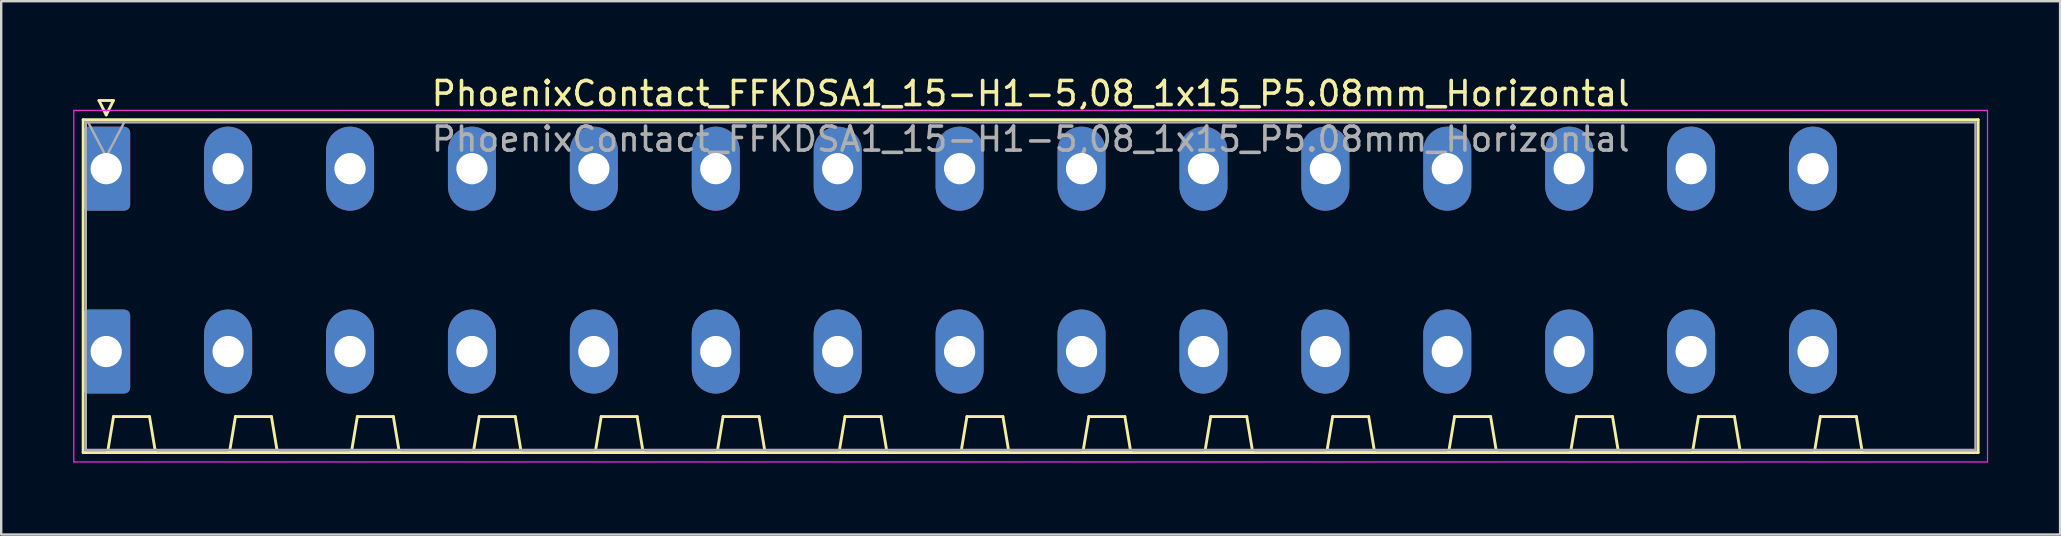
<source format=kicad_pcb>
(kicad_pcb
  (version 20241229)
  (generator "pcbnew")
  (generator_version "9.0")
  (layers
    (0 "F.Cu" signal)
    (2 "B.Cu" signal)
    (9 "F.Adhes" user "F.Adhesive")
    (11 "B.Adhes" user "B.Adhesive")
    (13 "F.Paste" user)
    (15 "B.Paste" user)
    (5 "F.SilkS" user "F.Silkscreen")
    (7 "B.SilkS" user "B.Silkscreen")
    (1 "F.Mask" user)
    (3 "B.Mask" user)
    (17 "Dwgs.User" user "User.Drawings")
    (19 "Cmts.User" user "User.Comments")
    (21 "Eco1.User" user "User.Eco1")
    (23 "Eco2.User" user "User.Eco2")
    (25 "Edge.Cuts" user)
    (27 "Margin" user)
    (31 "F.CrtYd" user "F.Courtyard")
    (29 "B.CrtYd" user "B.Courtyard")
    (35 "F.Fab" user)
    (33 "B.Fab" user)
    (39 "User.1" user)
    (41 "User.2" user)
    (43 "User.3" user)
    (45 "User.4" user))
  (footprint "PhoenixContact_FFKDSA1_15-H1-5,08_1x15_P5.08mm_Horizontal"
    (layer "F.Cu")
    (at 1.375 3.978)
    (property "Reference" "PhoenixContact_FFKDSA1_15-H1-5,08_1x15_P5.08mm_Horizontal" (at 38.52 -3.13 0) (layer "F.SilkS") (effects (font (size 1 1) (thickness 0.15))))
    (attr through_hole)
    (fp_line (start -0.96 -2.04) (end -0.96 11.83) (stroke (width 0.12) (type solid)) (layer "F.SilkS"))
    (fp_line (start -0.96 11.83) (end 78 11.83) (stroke (width 0.12) (type solid)) (layer "F.SilkS"))
    (fp_line (start -0.3 -2.84) (end 0.3 -2.84) (stroke (width 0.12) (type solid)) (layer "F.SilkS"))
    (fp_line (start 0 -2.24) (end -0.3 -2.84) (stroke (width 0.12) (type solid)) (layer "F.SilkS"))
    (fp_line (start 0.055 11.83) (end 2.055 11.83) (stroke (width 0.12) (type solid)) (layer "F.SilkS"))
    (fp_line (start 0.3 -2.84) (end 0 -2.24) (stroke (width 0.12) (type solid)) (layer "F.SilkS"))
    (fp_line (start 0.305 10.33) (end 0.055 11.83) (stroke (width 0.12) (type solid)) (layer "F.SilkS"))
    (fp_line (start 1.805 10.33) (end 0.305 10.33) (stroke (width 0.12) (type solid)) (layer "F.SilkS"))
    (fp_line (start 2.055 11.83) (end 1.805 10.33) (stroke (width 0.12) (type solid)) (layer "F.SilkS"))
    (fp_line (start 5.135 11.83) (end 7.135 11.83) (stroke (width 0.12) (type solid)) (layer "F.SilkS"))
    (fp_line (start 5.385 10.33) (end 5.135 11.83) (stroke (width 0.12) (type solid)) (layer "F.SilkS"))
    (fp_line (start 6.885 10.33) (end 5.385 10.33) (stroke (width 0.12) (type solid)) (layer "F.SilkS"))
    (fp_line (start 7.135 11.83) (end 6.885 10.33) (stroke (width 0.12) (type solid)) (layer "F.SilkS"))
    (fp_line (start 10.215 11.83) (end 12.215 11.83) (stroke (width 0.12) (type solid)) (layer "F.SilkS"))
    (fp_line (start 10.465 10.33) (end 10.215 11.83) (stroke (width 0.12) (type solid)) (layer "F.SilkS"))
    (fp_line (start 11.965 10.33) (end 10.465 10.33) (stroke (width 0.12) (type solid)) (layer "F.SilkS"))
    (fp_line (start 12.215 11.83) (end 11.965 10.33) (stroke (width 0.12) (type solid)) (layer "F.SilkS"))
    (fp_line (start 15.295 11.83) (end 17.295 11.83) (stroke (width 0.12) (type solid)) (layer "F.SilkS"))
    (fp_line (start 15.545 10.33) (end 15.295 11.83) (stroke (width 0.12) (type solid)) (layer "F.SilkS"))
    (fp_line (start 17.045 10.33) (end 15.545 10.33) (stroke (width 0.12) (type solid)) (layer "F.SilkS"))
    (fp_line (start 17.295 11.83) (end 17.045 10.33) (stroke (width 0.12) (type solid)) (layer "F.SilkS"))
    (fp_line (start 20.375 11.83) (end 22.375 11.83) (stroke (width 0.12) (type solid)) (layer "F.SilkS"))
    (fp_line (start 20.625 10.33) (end 20.375 11.83) (stroke (width 0.12) (type solid)) (layer "F.SilkS"))
    (fp_line (start 22.125 10.33) (end 20.625 10.33) (stroke (width 0.12) (type solid)) (layer "F.SilkS"))
    (fp_line (start 22.375 11.83) (end 22.125 10.33) (stroke (width 0.12) (type solid)) (layer "F.SilkS"))
    (fp_line (start 25.455 11.83) (end 27.455 11.83) (stroke (width 0.12) (type solid)) (layer "F.SilkS"))
    (fp_line (start 25.705 10.33) (end 25.455 11.83) (stroke (width 0.12) (type solid)) (layer "F.SilkS"))
    (fp_line (start 27.205 10.33) (end 25.705 10.33) (stroke (width 0.12) (type solid)) (layer "F.SilkS"))
    (fp_line (start 27.455 11.83) (end 27.205 10.33) (stroke (width 0.12) (type solid)) (layer "F.SilkS"))
    (fp_line (start 30.535 11.83) (end 32.535 11.83) (stroke (width 0.12) (type solid)) (layer "F.SilkS"))
    (fp_line (start 30.785 10.33) (end 30.535 11.83) (stroke (width 0.12) (type solid)) (layer "F.SilkS"))
    (fp_line (start 32.285 10.33) (end 30.785 10.33) (stroke (width 0.12) (type solid)) (layer "F.SilkS"))
    (fp_line (start 32.535 11.83) (end 32.285 10.33) (stroke (width 0.12) (type solid)) (layer "F.SilkS"))
    (fp_line (start 35.615 11.83) (end 37.615 11.83) (stroke (width 0.12) (type solid)) (layer "F.SilkS"))
    (fp_line (start 35.865 10.33) (end 35.615 11.83) (stroke (width 0.12) (type solid)) (layer "F.SilkS"))
    (fp_line (start 37.365 10.33) (end 35.865 10.33) (stroke (width 0.12) (type solid)) (layer "F.SilkS"))
    (fp_line (start 37.615 11.83) (end 37.365 10.33) (stroke (width 0.12) (type solid)) (layer "F.SilkS"))
    (fp_line (start 40.695 11.83) (end 42.695 11.83) (stroke (width 0.12) (type solid)) (layer "F.SilkS"))
    (fp_line (start 40.945 10.33) (end 40.695 11.83) (stroke (width 0.12) (type solid)) (layer "F.SilkS"))
    (fp_line (start 42.445 10.33) (end 40.945 10.33) (stroke (width 0.12) (type solid)) (layer "F.SilkS"))
    (fp_line (start 42.695 11.83) (end 42.445 10.33) (stroke (width 0.12) (type solid)) (layer "F.SilkS"))
    (fp_line (start 45.775 11.83) (end 47.775 11.83) (stroke (width 0.12) (type solid)) (layer "F.SilkS"))
    (fp_line (start 46.025 10.33) (end 45.775 11.83) (stroke (width 0.12) (type solid)) (layer "F.SilkS"))
    (fp_line (start 47.525 10.33) (end 46.025 10.33) (stroke (width 0.12) (type solid)) (layer "F.SilkS"))
    (fp_line (start 47.775 11.83) (end 47.525 10.33) (stroke (width 0.12) (type solid)) (layer "F.SilkS"))
    (fp_line (start 50.855 11.83) (end 52.855 11.83) (stroke (width 0.12) (type solid)) (layer "F.SilkS"))
    (fp_line (start 51.105 10.33) (end 50.855 11.83) (stroke (width 0.12) (type solid)) (layer "F.SilkS"))
    (fp_line (start 52.605 10.33) (end 51.105 10.33) (stroke (width 0.12) (type solid)) (layer "F.SilkS"))
    (fp_line (start 52.855 11.83) (end 52.605 10.33) (stroke (width 0.12) (type solid)) (layer "F.SilkS"))
    (fp_line (start 55.935 11.83) (end 57.935 11.83) (stroke (width 0.12) (type solid)) (layer "F.SilkS"))
    (fp_line (start 56.185 10.33) (end 55.935 11.83) (stroke (width 0.12) (type solid)) (layer "F.SilkS"))
    (fp_line (start 57.685 10.33) (end 56.185 10.33) (stroke (width 0.12) (type solid)) (layer "F.SilkS"))
    (fp_line (start 57.935 11.83) (end 57.685 10.33) (stroke (width 0.12) (type solid)) (layer "F.SilkS"))
    (fp_line (start 61.015 11.83) (end 63.015 11.83) (stroke (width 0.12) (type solid)) (layer "F.SilkS"))
    (fp_line (start 61.265 10.33) (end 61.015 11.83) (stroke (width 0.12) (type solid)) (layer "F.SilkS"))
    (fp_line (start 62.765 10.33) (end 61.265 10.33) (stroke (width 0.12) (type solid)) (layer "F.SilkS"))
    (fp_line (start 63.015 11.83) (end 62.765 10.33) (stroke (width 0.12) (type solid)) (layer "F.SilkS"))
    (fp_line (start 66.095 11.83) (end 68.095 11.83) (stroke (width 0.12) (type solid)) (layer "F.SilkS"))
    (fp_line (start 66.345 10.33) (end 66.095 11.83) (stroke (width 0.12) (type solid)) (layer "F.SilkS"))
    (fp_line (start 67.845 10.33) (end 66.345 10.33) (stroke (width 0.12) (type solid)) (layer "F.SilkS"))
    (fp_line (start 68.095 11.83) (end 67.845 10.33) (stroke (width 0.12) (type solid)) (layer "F.SilkS"))
    (fp_line (start 71.175 11.83) (end 73.175 11.83) (stroke (width 0.12) (type solid)) (layer "F.SilkS"))
    (fp_line (start 71.425 10.33) (end 71.175 11.83) (stroke (width 0.12) (type solid)) (layer "F.SilkS"))
    (fp_line (start 72.925 10.33) (end 71.425 10.33) (stroke (width 0.12) (type solid)) (layer "F.SilkS"))
    (fp_line (start 73.175 11.83) (end 72.925 10.33) (stroke (width 0.12) (type solid)) (layer "F.SilkS"))
    (fp_line (start 78 -2.04) (end -0.96 -2.04) (stroke (width 0.12) (type solid)) (layer "F.SilkS"))
    (fp_line (start 78 11.83) (end 78 -2.04) (stroke (width 0.12) (type solid)) (layer "F.SilkS"))
    (fp_line (start -1.35 -2.43) (end -1.35 12.22) (stroke (width 0.05) (type solid)) (layer "F.CrtYd"))
    (fp_line (start -1.35 12.22) (end 78.39 12.22) (stroke (width 0.05) (type solid)) (layer "F.CrtYd"))
    (fp_line (start 78.39 -2.43) (end -1.35 -2.43) (stroke (width 0.05) (type solid)) (layer "F.CrtYd"))
    (fp_line (start 78.39 12.22) (end 78.39 -2.43) (stroke (width 0.05) (type solid)) (layer "F.CrtYd"))
    (fp_line (start -0.85 -1.93) (end -0.85 11.72) (stroke (width 0.1) (type solid)) (layer "F.Fab"))
    (fp_line (start -0.85 11.72) (end 77.89 11.72) (stroke (width 0.1) (type solid)) (layer "F.Fab"))
    (fp_line (start 0 -0.5) (end -0.75 -1.93) (stroke (width 0.1) (type solid)) (layer "F.Fab"))
    (fp_line (start 0.75 -1.93) (end 0 -0.5) (stroke (width 0.1) (type solid)) (layer "F.Fab"))
    (fp_line (start 77.89 -1.93) (end -0.85 -1.93) (stroke (width 0.1) (type solid)) (layer "F.Fab"))
    (fp_line (start 77.89 11.72) (end 77.89 -1.93) (stroke (width 0.1) (type solid)) (layer "F.Fab"))
    (fp_text user "${REFERENCE}" (at 38.52 -1.23 0) (layer "F.Fab") (effects (font (size 1 1) (thickness 0.15))))
    (pad "1" thru_hole roundrect (at 0 0) (size 2 3.5) (drill 1.3) (layers "*.Cu" "*.Mask") (roundrect_rratio 0.125))
    (pad "1" thru_hole roundrect (at 0 7.62) (size 2 3.5) (drill 1.3) (layers "*.Cu" "*.Mask") (roundrect_rratio 0.125))
    (pad "2" thru_hole oval (at 5.08 0) (size 2 3.5) (drill 1.3) (layers "*.Cu" "*.Mask"))
    (pad "2" thru_hole oval (at 5.08 7.62) (size 2 3.5) (drill 1.3) (layers "*.Cu" "*.Mask"))
    (pad "3" thru_hole oval (at 10.16 0) (size 2 3.5) (drill 1.3) (layers "*.Cu" "*.Mask"))
    (pad "3" thru_hole oval (at 10.16 7.62) (size 2 3.5) (drill 1.3) (layers "*.Cu" "*.Mask"))
    (pad "4" thru_hole oval (at 15.24 0) (size 2 3.5) (drill 1.3) (layers "*.Cu" "*.Mask"))
    (pad "4" thru_hole oval (at 15.24 7.62) (size 2 3.5) (drill 1.3) (layers "*.Cu" "*.Mask"))
    (pad "5" thru_hole oval (at 20.32 0) (size 2 3.5) (drill 1.3) (layers "*.Cu" "*.Mask"))
    (pad "5" thru_hole oval (at 20.32 7.62) (size 2 3.5) (drill 1.3) (layers "*.Cu" "*.Mask"))
    (pad "6" thru_hole oval (at 25.4 0) (size 2 3.5) (drill 1.3) (layers "*.Cu" "*.Mask"))
    (pad "6" thru_hole oval (at 25.4 7.62) (size 2 3.5) (drill 1.3) (layers "*.Cu" "*.Mask"))
    (pad "7" thru_hole oval (at 30.48 0) (size 2 3.5) (drill 1.3) (layers "*.Cu" "*.Mask"))
    (pad "7" thru_hole oval (at 30.48 7.62) (size 2 3.5) (drill 1.3) (layers "*.Cu" "*.Mask"))
    (pad "8" thru_hole oval (at 35.56 0) (size 2 3.5) (drill 1.3) (layers "*.Cu" "*.Mask"))
    (pad "8" thru_hole oval (at 35.56 7.62) (size 2 3.5) (drill 1.3) (layers "*.Cu" "*.Mask"))
    (pad "9" thru_hole oval (at 40.64 0) (size 2 3.5) (drill 1.3) (layers "*.Cu" "*.Mask"))
    (pad "9" thru_hole oval (at 40.64 7.62) (size 2 3.5) (drill 1.3) (layers "*.Cu" "*.Mask"))
    (pad "10" thru_hole oval (at 45.72 0) (size 2 3.5) (drill 1.3) (layers "*.Cu" "*.Mask"))
    (pad "10" thru_hole oval (at 45.72 7.62) (size 2 3.5) (drill 1.3) (layers "*.Cu" "*.Mask"))
    (pad "11" thru_hole oval (at 50.8 0) (size 2 3.5) (drill 1.3) (layers "*.Cu" "*.Mask"))
    (pad "11" thru_hole oval (at 50.8 7.62) (size 2 3.5) (drill 1.3) (layers "*.Cu" "*.Mask"))
    (pad "12" thru_hole oval (at 55.88 0) (size 2 3.5) (drill 1.3) (layers "*.Cu" "*.Mask"))
    (pad "12" thru_hole oval (at 55.88 7.62) (size 2 3.5) (drill 1.3) (layers "*.Cu" "*.Mask"))
    (pad "13" thru_hole oval (at 60.96 0) (size 2 3.5) (drill 1.3) (layers "*.Cu" "*.Mask"))
    (pad "13" thru_hole oval (at 60.96 7.62) (size 2 3.5) (drill 1.3) (layers "*.Cu" "*.Mask"))
    (pad "14" thru_hole oval (at 66.04 0) (size 2 3.5) (drill 1.3) (layers "*.Cu" "*.Mask"))
    (pad "14" thru_hole oval (at 66.04 7.62) (size 2 3.5) (drill 1.3) (layers "*.Cu" "*.Mask"))
    (pad "15" thru_hole oval (at 71.12 0) (size 2 3.5) (drill 1.3) (layers "*.Cu" "*.Mask"))
    (pad "15" thru_hole oval (at 71.12 7.62) (size 2 3.5) (drill 1.3) (layers "*.Cu" "*.Mask")))
  (gr_rect
    (start -3 -3)
    (end 82.79 19.223)
    (stroke (width 0.1) (type default))
    (fill no)
    (layer "Edge.Cuts")))
</source>
